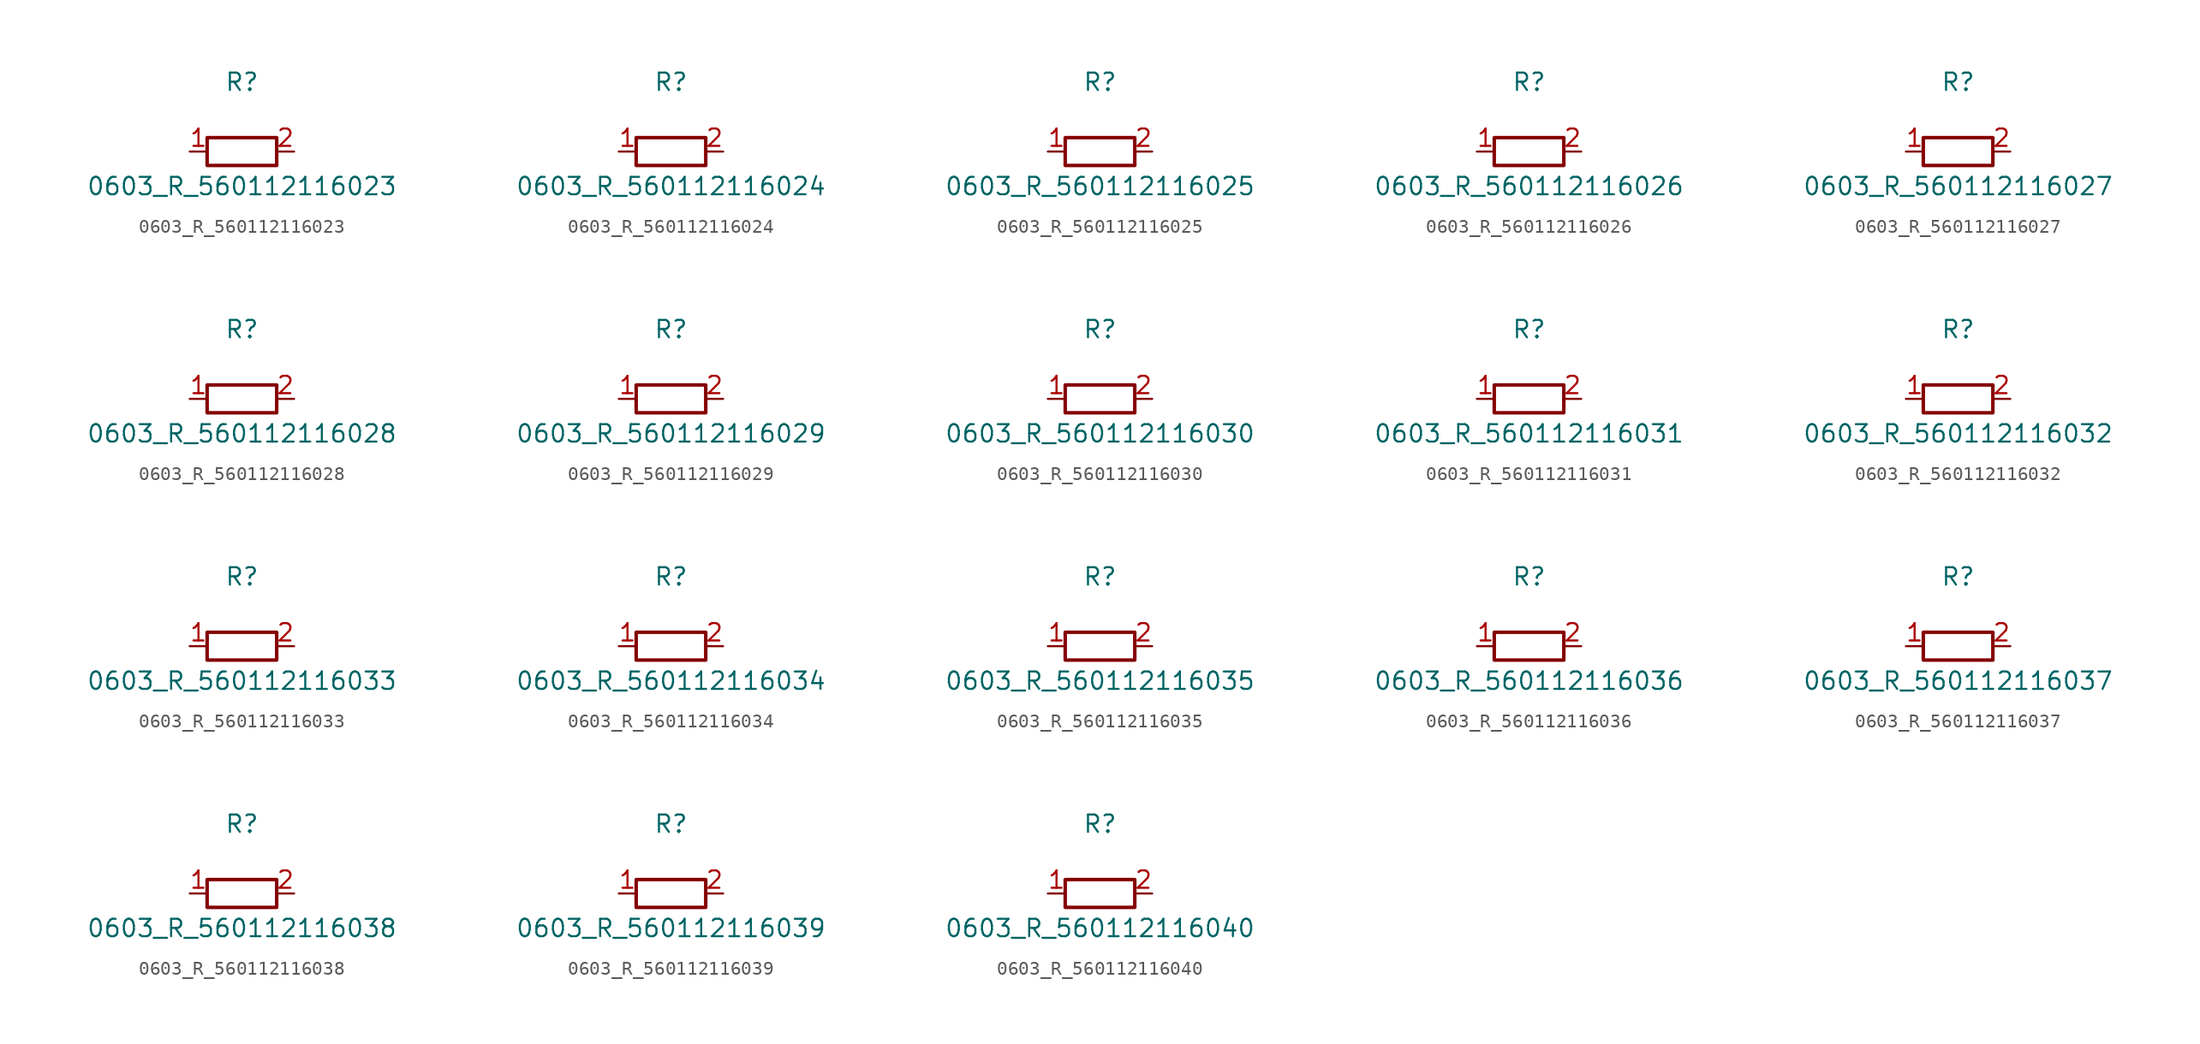
<source format=kicad_sym>
(kicad_symbol_lib
  (version 20220914)
  (generator kicad_symbol_editor)
  (symbol "0603_R_560112116023"
    (pin_names hide)
    (property "Reference" "R"
      (at 0 5.08 0)
      (effects (font (size 1.27 1.27))))
    (property "Value" "0603_R_560112116023"
      (at 0 -2.54 0)
      (effects (font (size 1.27 1.27))))
    (symbol "0603_R_560112116023_0_1"
      (rectangle (start -2.54 -1.016) (end 2.54 1.016) (stroke (width 0.254) (type default)) (fill (type none))))
    (symbol "0603_R_560112116023_1_1"
      (pin passive line (at -3.81 0 0) (length 1.27) (name "~" (effects (font (size 1.27 1.27)))) (number "1" (effects (font (size 1.27 1.27)))))
      (pin passive line (at 3.81 0 180) (length 1.27) (name "~" (effects (font (size 1.27 1.27)))) (number "2" (effects (font (size 1.27 1.27)))))))
  (symbol "0603_R_560112116024"
    (pin_names hide)
    (property "Reference" "R"
      (at 0 5.08 0)
      (effects (font (size 1.27 1.27))))
    (property "Value" "0603_R_560112116024"
      (at 0 -2.54 0)
      (effects (font (size 1.27 1.27))))
    (symbol "0603_R_560112116024_0_1"
      (rectangle (start -2.54 -1.016) (end 2.54 1.016) (stroke (width 0.254) (type default)) (fill (type none))))
    (symbol "0603_R_560112116024_1_1"
      (pin passive line (at -3.81 0 0) (length 1.27) (name "~" (effects (font (size 1.27 1.27)))) (number "1" (effects (font (size 1.27 1.27)))))
      (pin passive line (at 3.81 0 180) (length 1.27) (name "~" (effects (font (size 1.27 1.27)))) (number "2" (effects (font (size 1.27 1.27)))))))
  (symbol "0603_R_560112116025"
    (pin_names hide)
    (property "Reference" "R"
      (at 0 5.08 0)
      (effects (font (size 1.27 1.27))))
    (property "Value" "0603_R_560112116025"
      (at 0 -2.54 0)
      (effects (font (size 1.27 1.27))))
    (symbol "0603_R_560112116025_0_1"
      (rectangle (start -2.54 -1.016) (end 2.54 1.016) (stroke (width 0.254) (type default)) (fill (type none))))
    (symbol "0603_R_560112116025_1_1"
      (pin passive line (at -3.81 0 0) (length 1.27) (name "~" (effects (font (size 1.27 1.27)))) (number "1" (effects (font (size 1.27 1.27)))))
      (pin passive line (at 3.81 0 180) (length 1.27) (name "~" (effects (font (size 1.27 1.27)))) (number "2" (effects (font (size 1.27 1.27)))))))
  (symbol "0603_R_560112116026"
    (pin_names hide)
    (property "Reference" "R"
      (at 0 5.08 0)
      (effects (font (size 1.27 1.27))))
    (property "Value" "0603_R_560112116026"
      (at 0 -2.54 0)
      (effects (font (size 1.27 1.27))))
    (symbol "0603_R_560112116026_0_1"
      (rectangle (start -2.54 -1.016) (end 2.54 1.016) (stroke (width 0.254) (type default)) (fill (type none))))
    (symbol "0603_R_560112116026_1_1"
      (pin passive line (at -3.81 0 0) (length 1.27) (name "~" (effects (font (size 1.27 1.27)))) (number "1" (effects (font (size 1.27 1.27)))))
      (pin passive line (at 3.81 0 180) (length 1.27) (name "~" (effects (font (size 1.27 1.27)))) (number "2" (effects (font (size 1.27 1.27)))))))
  (symbol "0603_R_560112116027"
    (pin_names hide)
    (property "Reference" "R"
      (at 0 5.08 0)
      (effects (font (size 1.27 1.27))))
    (property "Value" "0603_R_560112116027"
      (at 0 -2.54 0)
      (effects (font (size 1.27 1.27))))
    (symbol "0603_R_560112116027_0_1"
      (rectangle (start -2.54 -1.016) (end 2.54 1.016) (stroke (width 0.254) (type default)) (fill (type none))))
    (symbol "0603_R_560112116027_1_1"
      (pin passive line (at -3.81 0 0) (length 1.27) (name "~" (effects (font (size 1.27 1.27)))) (number "1" (effects (font (size 1.27 1.27)))))
      (pin passive line (at 3.81 0 180) (length 1.27) (name "~" (effects (font (size 1.27 1.27)))) (number "2" (effects (font (size 1.27 1.27)))))))
  (symbol "0603_R_560112116028"
    (pin_names hide)
    (property "Reference" "R"
      (at 0 5.08 0)
      (effects (font (size 1.27 1.27))))
    (property "Value" "0603_R_560112116028"
      (at 0 -2.54 0)
      (effects (font (size 1.27 1.27))))
    (symbol "0603_R_560112116028_0_1"
      (rectangle (start -2.54 -1.016) (end 2.54 1.016) (stroke (width 0.254) (type default)) (fill (type none))))
    (symbol "0603_R_560112116028_1_1"
      (pin passive line (at -3.81 0 0) (length 1.27) (name "~" (effects (font (size 1.27 1.27)))) (number "1" (effects (font (size 1.27 1.27)))))
      (pin passive line (at 3.81 0 180) (length 1.27) (name "~" (effects (font (size 1.27 1.27)))) (number "2" (effects (font (size 1.27 1.27)))))))
  (symbol "0603_R_560112116029"
    (pin_names hide)
    (property "Reference" "R"
      (at 0 5.08 0)
      (effects (font (size 1.27 1.27))))
    (property "Value" "0603_R_560112116029"
      (at 0 -2.54 0)
      (effects (font (size 1.27 1.27))))
    (symbol "0603_R_560112116029_0_1"
      (rectangle (start -2.54 -1.016) (end 2.54 1.016) (stroke (width 0.254) (type default)) (fill (type none))))
    (symbol "0603_R_560112116029_1_1"
      (pin passive line (at -3.81 0 0) (length 1.27) (name "~" (effects (font (size 1.27 1.27)))) (number "1" (effects (font (size 1.27 1.27)))))
      (pin passive line (at 3.81 0 180) (length 1.27) (name "~" (effects (font (size 1.27 1.27)))) (number "2" (effects (font (size 1.27 1.27)))))))
  (symbol "0603_R_560112116030"
    (pin_names hide)
    (property "Reference" "R"
      (at 0 5.08 0)
      (effects (font (size 1.27 1.27))))
    (property "Value" "0603_R_560112116030"
      (at 0 -2.54 0)
      (effects (font (size 1.27 1.27))))
    (symbol "0603_R_560112116030_0_1"
      (rectangle (start -2.54 -1.016) (end 2.54 1.016) (stroke (width 0.254) (type default)) (fill (type none))))
    (symbol "0603_R_560112116030_1_1"
      (pin passive line (at -3.81 0 0) (length 1.27) (name "~" (effects (font (size 1.27 1.27)))) (number "1" (effects (font (size 1.27 1.27)))))
      (pin passive line (at 3.81 0 180) (length 1.27) (name "~" (effects (font (size 1.27 1.27)))) (number "2" (effects (font (size 1.27 1.27)))))))
  (symbol "0603_R_560112116031"
    (pin_names hide)
    (property "Reference" "R"
      (at 0 5.08 0)
      (effects (font (size 1.27 1.27))))
    (property "Value" "0603_R_560112116031"
      (at 0 -2.54 0)
      (effects (font (size 1.27 1.27))))
    (symbol "0603_R_560112116031_0_1"
      (rectangle (start -2.54 -1.016) (end 2.54 1.016) (stroke (width 0.254) (type default)) (fill (type none))))
    (symbol "0603_R_560112116031_1_1"
      (pin passive line (at -3.81 0 0) (length 1.27) (name "~" (effects (font (size 1.27 1.27)))) (number "1" (effects (font (size 1.27 1.27)))))
      (pin passive line (at 3.81 0 180) (length 1.27) (name "~" (effects (font (size 1.27 1.27)))) (number "2" (effects (font (size 1.27 1.27)))))))
  (symbol "0603_R_560112116032"
    (pin_names hide)
    (property "Reference" "R"
      (at 0 5.08 0)
      (effects (font (size 1.27 1.27))))
    (property "Value" "0603_R_560112116032"
      (at 0 -2.54 0)
      (effects (font (size 1.27 1.27))))
    (symbol "0603_R_560112116032_0_1"
      (rectangle (start -2.54 -1.016) (end 2.54 1.016) (stroke (width 0.254) (type default)) (fill (type none))))
    (symbol "0603_R_560112116032_1_1"
      (pin passive line (at -3.81 0 0) (length 1.27) (name "~" (effects (font (size 1.27 1.27)))) (number "1" (effects (font (size 1.27 1.27)))))
      (pin passive line (at 3.81 0 180) (length 1.27) (name "~" (effects (font (size 1.27 1.27)))) (number "2" (effects (font (size 1.27 1.27)))))))
  (symbol "0603_R_560112116033"
    (pin_names hide)
    (property "Reference" "R"
      (at 0 5.08 0)
      (effects (font (size 1.27 1.27))))
    (property "Value" "0603_R_560112116033"
      (at 0 -2.54 0)
      (effects (font (size 1.27 1.27))))
    (symbol "0603_R_560112116033_0_1"
      (rectangle (start -2.54 -1.016) (end 2.54 1.016) (stroke (width 0.254) (type default)) (fill (type none))))
    (symbol "0603_R_560112116033_1_1"
      (pin passive line (at -3.81 0 0) (length 1.27) (name "~" (effects (font (size 1.27 1.27)))) (number "1" (effects (font (size 1.27 1.27)))))
      (pin passive line (at 3.81 0 180) (length 1.27) (name "~" (effects (font (size 1.27 1.27)))) (number "2" (effects (font (size 1.27 1.27)))))))
  (symbol "0603_R_560112116034"
    (pin_names hide)
    (property "Reference" "R"
      (at 0 5.08 0)
      (effects (font (size 1.27 1.27))))
    (property "Value" "0603_R_560112116034"
      (at 0 -2.54 0)
      (effects (font (size 1.27 1.27))))
    (symbol "0603_R_560112116034_0_1"
      (rectangle (start -2.54 -1.016) (end 2.54 1.016) (stroke (width 0.254) (type default)) (fill (type none))))
    (symbol "0603_R_560112116034_1_1"
      (pin passive line (at -3.81 0 0) (length 1.27) (name "~" (effects (font (size 1.27 1.27)))) (number "1" (effects (font (size 1.27 1.27)))))
      (pin passive line (at 3.81 0 180) (length 1.27) (name "~" (effects (font (size 1.27 1.27)))) (number "2" (effects (font (size 1.27 1.27)))))))
  (symbol "0603_R_560112116035"
    (pin_names hide)
    (property "Reference" "R"
      (at 0 5.08 0)
      (effects (font (size 1.27 1.27))))
    (property "Value" "0603_R_560112116035"
      (at 0 -2.54 0)
      (effects (font (size 1.27 1.27))))
    (symbol "0603_R_560112116035_0_1"
      (rectangle (start -2.54 -1.016) (end 2.54 1.016) (stroke (width 0.254) (type default)) (fill (type none))))
    (symbol "0603_R_560112116035_1_1"
      (pin passive line (at -3.81 0 0) (length 1.27) (name "~" (effects (font (size 1.27 1.27)))) (number "1" (effects (font (size 1.27 1.27)))))
      (pin passive line (at 3.81 0 180) (length 1.27) (name "~" (effects (font (size 1.27 1.27)))) (number "2" (effects (font (size 1.27 1.27)))))))
  (symbol "0603_R_560112116036"
    (pin_names hide)
    (property "Reference" "R"
      (at 0 5.08 0)
      (effects (font (size 1.27 1.27))))
    (property "Value" "0603_R_560112116036"
      (at 0 -2.54 0)
      (effects (font (size 1.27 1.27))))
    (symbol "0603_R_560112116036_0_1"
      (rectangle (start -2.54 -1.016) (end 2.54 1.016) (stroke (width 0.254) (type default)) (fill (type none))))
    (symbol "0603_R_560112116036_1_1"
      (pin passive line (at -3.81 0 0) (length 1.27) (name "~" (effects (font (size 1.27 1.27)))) (number "1" (effects (font (size 1.27 1.27)))))
      (pin passive line (at 3.81 0 180) (length 1.27) (name "~" (effects (font (size 1.27 1.27)))) (number "2" (effects (font (size 1.27 1.27)))))))
  (symbol "0603_R_560112116037"
    (pin_names hide)
    (property "Reference" "R"
      (at 0 5.08 0)
      (effects (font (size 1.27 1.27))))
    (property "Value" "0603_R_560112116037"
      (at 0 -2.54 0)
      (effects (font (size 1.27 1.27))))
    (symbol "0603_R_560112116037_0_1"
      (rectangle (start -2.54 -1.016) (end 2.54 1.016) (stroke (width 0.254) (type default)) (fill (type none))))
    (symbol "0603_R_560112116037_1_1"
      (pin passive line (at -3.81 0 0) (length 1.27) (name "~" (effects (font (size 1.27 1.27)))) (number "1" (effects (font (size 1.27 1.27)))))
      (pin passive line (at 3.81 0 180) (length 1.27) (name "~" (effects (font (size 1.27 1.27)))) (number "2" (effects (font (size 1.27 1.27)))))))
  (symbol "0603_R_560112116038"
    (pin_names hide)
    (property "Reference" "R"
      (at 0 5.08 0)
      (effects (font (size 1.27 1.27))))
    (property "Value" "0603_R_560112116038"
      (at 0 -2.54 0)
      (effects (font (size 1.27 1.27))))
    (symbol "0603_R_560112116038_0_1"
      (rectangle (start -2.54 -1.016) (end 2.54 1.016) (stroke (width 0.254) (type default)) (fill (type none))))
    (symbol "0603_R_560112116038_1_1"
      (pin passive line (at -3.81 0 0) (length 1.27) (name "~" (effects (font (size 1.27 1.27)))) (number "1" (effects (font (size 1.27 1.27)))))
      (pin passive line (at 3.81 0 180) (length 1.27) (name "~" (effects (font (size 1.27 1.27)))) (number "2" (effects (font (size 1.27 1.27)))))))
  (symbol "0603_R_560112116039"
    (pin_names hide)
    (property "Reference" "R"
      (at 0 5.08 0)
      (effects (font (size 1.27 1.27))))
    (property "Value" "0603_R_560112116039"
      (at 0 -2.54 0)
      (effects (font (size 1.27 1.27))))
    (symbol "0603_R_560112116039_0_1"
      (rectangle (start -2.54 -1.016) (end 2.54 1.016) (stroke (width 0.254) (type default)) (fill (type none))))
    (symbol "0603_R_560112116039_1_1"
      (pin passive line (at -3.81 0 0) (length 1.27) (name "~" (effects (font (size 1.27 1.27)))) (number "1" (effects (font (size 1.27 1.27)))))
      (pin passive line (at 3.81 0 180) (length 1.27) (name "~" (effects (font (size 1.27 1.27)))) (number "2" (effects (font (size 1.27 1.27)))))))
  (symbol "0603_R_560112116040"
    (pin_names hide)
    (property "Reference" "R"
      (at 0 5.08 0)
      (effects (font (size 1.27 1.27))))
    (property "Value" "0603_R_560112116040"
      (at 0 -2.54 0)
      (effects (font (size 1.27 1.27))))
    (symbol "0603_R_560112116040_0_1"
      (rectangle (start -2.54 -1.016) (end 2.54 1.016) (stroke (width 0.254) (type default)) (fill (type none))))
    (symbol "0603_R_560112116040_1_1"
      (pin passive line (at -3.81 0 0) (length 1.27) (name "~" (effects (font (size 1.27 1.27)))) (number "1" (effects (font (size 1.27 1.27)))))
      (pin passive line (at 3.81 0 180) (length 1.27) (name "~" (effects (font (size 1.27 1.27)))) (number "2" (effects (font (size 1.27 1.27))))))))
</source>
